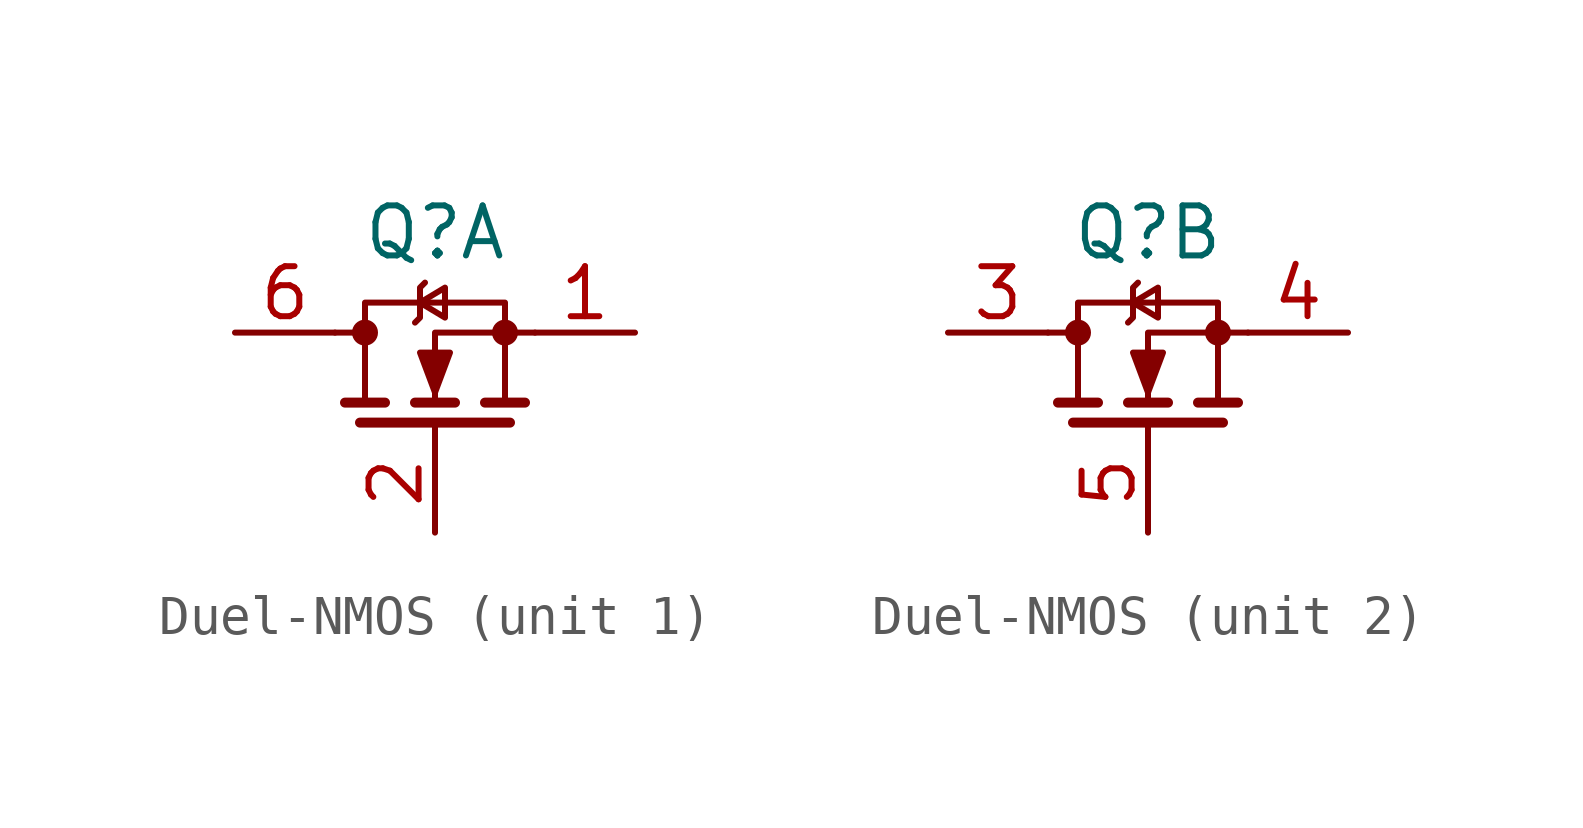
<source format=kicad_sym>
(kicad_symbol_lib
  (version 20231120)
  (generator "kicad_symbol_editor")
  (generator_version "8.0")
  (symbol "Duel-NMOS"
    (property "Reference" "Q"
      (at 0 2.54 0)
      (effects (font (size 1.27 1.27))))
    (property "Value" ""
      (at 0 0 0)
      (effects (font (size 1.27 1.27))))
    (symbol "Duel-NMOS_0_1"
      (circle (center -1.778 0) (radius 0.254) (stroke (width 0) (type default)) (fill (type outline)))
      (polyline (pts (xy -2.54 0) (xy -1.778 0)) (stroke (width 0) (type default)) (fill (type none)))
      (polyline (pts (xy -2.286 -1.778) (xy -1.27 -1.778)) (stroke (width 0.254) (type default)) (fill (type none)))
      (polyline (pts (xy -1.905 -2.286) (xy 1.905 -2.286)) (stroke (width 0.254) (type default)) (fill (type none)))
      (polyline (pts (xy -0.508 -1.778) (xy 0.508 -1.778)) (stroke (width 0.254) (type default)) (fill (type none)))
      (polyline (pts (xy 0 -2.54) (xy 0 -2.286)) (stroke (width 0) (type default)) (fill (type none)))
      (polyline (pts (xy 1.27 -1.778) (xy 2.286 -1.778)) (stroke (width 0.254) (type default)) (fill (type none)))
      (polyline (pts (xy 2.54 0) (xy 0 0) (xy 0 -1.778)) (stroke (width 0) (type default)) (fill (type none)))
      (polyline (pts (xy -0.508 0.254) (xy -0.381 0.381) (xy -0.381 1.143) (xy -0.254 1.27)) (stroke (width 0) (type default)) (fill (type none)))
      (polyline (pts (xy -0.381 0.762) (xy 0.254 0.381) (xy 0.254 1.143) (xy -0.381 0.762)) (stroke (width 0) (type default)) (fill (type none)))
      (polyline (pts (xy 0 -1.524) (xy -0.381 -0.508) (xy 0.381 -0.508) (xy 0 -1.524)) (stroke (width 0) (type default)) (fill (type outline)))
      (polyline (pts (xy 1.778 -1.778) (xy 1.778 0.762) (xy -1.778 0.762) (xy -1.778 -1.778)) (stroke (width 0) (type default)) (fill (type none)))
      (circle (center 1.778 0) (radius 0.254) (stroke (width 0) (type default)) (fill (type outline))))
    (symbol "Duel-NMOS_1_1"
      (pin passive line (at 5.08 0 180) (length 2.54) (name "" (effects (font (size 1.27 1.27)))) (number "1" (effects (font (size 1.27 1.27)))))
      (pin input line (at 0 -5.08 90) (length 2.54) (name "" (effects (font (size 1.27 1.27)))) (number "2" (effects (font (size 1.27 1.27)))))
      (pin passive line (at -5.08 0 0) (length 2.54) (name "" (effects (font (size 1.27 1.27)))) (number "6" (effects (font (size 1.27 1.27))))))
    (symbol "Duel-NMOS_2_1"
      (pin passive line (at -5.08 0 0) (length 2.54) (name "" (effects (font (size 1.27 1.27)))) (number "3" (effects (font (size 1.27 1.27)))))
      (pin passive line (at 5.08 0 180) (length 2.54) (name "" (effects (font (size 1.27 1.27)))) (number "4" (effects (font (size 1.27 1.27)))))
      (pin input line (at 0 -5.08 90) (length 2.54) (name "" (effects (font (size 1.27 1.27)))) (number "5" (effects (font (size 1.27 1.27))))))))
</source>
